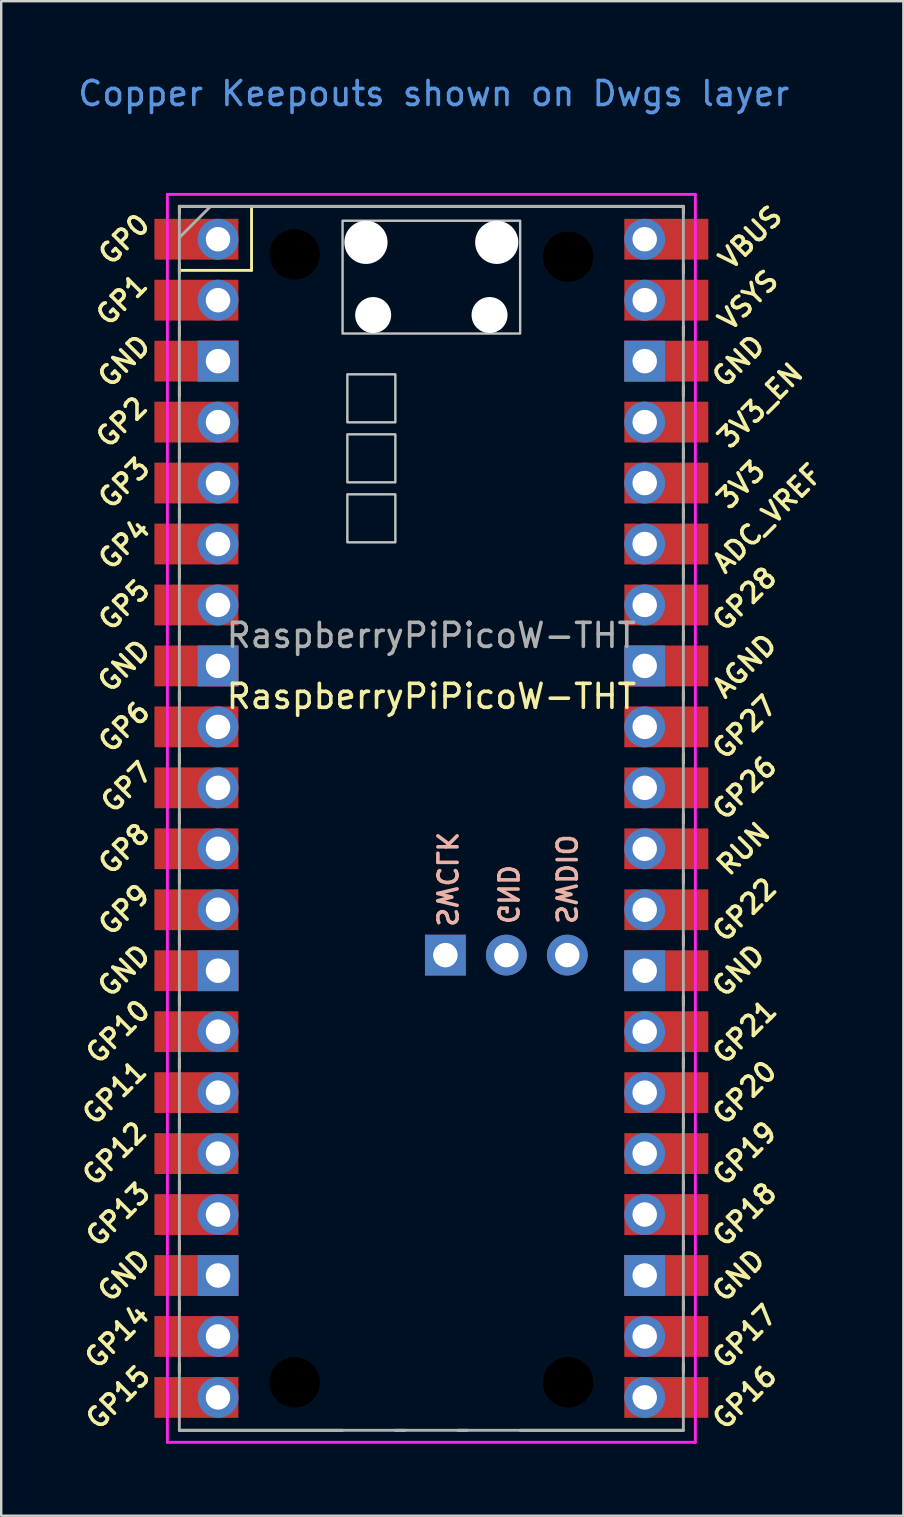
<source format=kicad_pcb>
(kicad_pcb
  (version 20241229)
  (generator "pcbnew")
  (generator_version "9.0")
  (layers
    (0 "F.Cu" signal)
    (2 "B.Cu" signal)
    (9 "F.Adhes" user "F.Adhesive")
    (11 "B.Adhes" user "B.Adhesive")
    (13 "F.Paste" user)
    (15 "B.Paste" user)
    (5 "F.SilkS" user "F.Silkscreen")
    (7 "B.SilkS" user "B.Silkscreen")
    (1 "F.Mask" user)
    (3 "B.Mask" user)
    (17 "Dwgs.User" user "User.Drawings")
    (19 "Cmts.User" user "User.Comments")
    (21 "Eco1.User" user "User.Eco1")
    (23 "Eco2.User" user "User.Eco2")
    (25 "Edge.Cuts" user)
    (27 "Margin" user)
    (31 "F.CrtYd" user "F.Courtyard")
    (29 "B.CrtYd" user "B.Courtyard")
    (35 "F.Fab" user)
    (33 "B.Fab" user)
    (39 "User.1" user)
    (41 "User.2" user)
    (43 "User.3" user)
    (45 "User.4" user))
  (footprint "RaspberryPiPicoW-THT"
    (layer "F.Cu")
    (at 14.924 31.048)
    (property "Reference" "RaspberryPiPicoW-THT" (at 0 -5.08 0) (layer "F.SilkS") (effects (font (size 1 1) (thickness 0.15))))
    (attr through_hole)
    (fp_line (start -10.5 -25.5) (end -10.5 -25.2) (stroke (width 0.12) (type solid)) (layer "F.SilkS"))
    (fp_line (start -10.5 -25.5) (end 10.5 -25.5) (stroke (width 0.12) (type solid)) (layer "F.SilkS"))
    (fp_line (start -10.5 -23.1) (end -10.5 -22.7) (stroke (width 0.12) (type solid)) (layer "F.SilkS"))
    (fp_line (start -10.5 -22.833) (end -7.493 -22.833) (stroke (width 0.12) (type solid)) (layer "F.SilkS"))
    (fp_line (start -10.5 -20.5) (end -10.5 -20.1) (stroke (width 0.12) (type solid)) (layer "F.SilkS"))
    (fp_line (start -10.5 -18) (end -10.5 -17.6) (stroke (width 0.12) (type solid)) (layer "F.SilkS"))
    (fp_line (start -10.5 -15.4) (end -10.5 -15) (stroke (width 0.12) (type solid)) (layer "F.SilkS"))
    (fp_line (start -10.5 -12.9) (end -10.5 -12.5) (stroke (width 0.12) (type solid)) (layer "F.SilkS"))
    (fp_line (start -10.5 -10.4) (end -10.5 -10) (stroke (width 0.12) (type solid)) (layer "F.SilkS"))
    (fp_line (start -10.5 -7.8) (end -10.5 -7.4) (stroke (width 0.12) (type solid)) (layer "F.SilkS"))
    (fp_line (start -10.5 -5.3) (end -10.5 -4.9) (stroke (width 0.12) (type solid)) (layer "F.SilkS"))
    (fp_line (start -10.5 -2.7) (end -10.5 -2.3) (stroke (width 0.12) (type solid)) (layer "F.SilkS"))
    (fp_line (start -10.5 -0.2) (end -10.5 0.2) (stroke (width 0.12) (type solid)) (layer "F.SilkS"))
    (fp_line (start -10.5 2.3) (end -10.5 2.7) (stroke (width 0.12) (type solid)) (layer "F.SilkS"))
    (fp_line (start -10.5 4.9) (end -10.5 5.3) (stroke (width 0.12) (type solid)) (layer "F.SilkS"))
    (fp_line (start -10.5 7.4) (end -10.5 7.8) (stroke (width 0.12) (type solid)) (layer "F.SilkS"))
    (fp_line (start -10.5 10) (end -10.5 10.4) (stroke (width 0.12) (type solid)) (layer "F.SilkS"))
    (fp_line (start -10.5 12.5) (end -10.5 12.9) (stroke (width 0.12) (type solid)) (layer "F.SilkS"))
    (fp_line (start -10.5 15.1) (end -10.5 15.5) (stroke (width 0.12) (type solid)) (layer "F.SilkS"))
    (fp_line (start -10.5 17.6) (end -10.5 18) (stroke (width 0.12) (type solid)) (layer "F.SilkS"))
    (fp_line (start -10.5 20.1) (end -10.5 20.5) (stroke (width 0.12) (type solid)) (layer "F.SilkS"))
    (fp_line (start -10.5 22.7) (end -10.5 23.1) (stroke (width 0.12) (type solid)) (layer "F.SilkS"))
    (fp_line (start -7.493 -22.833) (end -7.493 -25.5) (stroke (width 0.12) (type solid)) (layer "F.SilkS"))
    (fp_line (start -3.7 25.5) (end -10.5 25.5) (stroke (width 0.12) (type solid)) (layer "F.SilkS"))
    (fp_line (start -1.5 25.5) (end -1.1 25.5) (stroke (width 0.12) (type solid)) (layer "F.SilkS"))
    (fp_line (start 1.1 25.5) (end 1.5 25.5) (stroke (width 0.12) (type solid)) (layer "F.SilkS"))
    (fp_line (start 10.5 -25.5) (end 10.5 -25.2) (stroke (width 0.12) (type solid)) (layer "F.SilkS"))
    (fp_line (start 10.5 -23.1) (end 10.5 -22.7) (stroke (width 0.12) (type solid)) (layer "F.SilkS"))
    (fp_line (start 10.5 -20.5) (end 10.5 -20.1) (stroke (width 0.12) (type solid)) (layer "F.SilkS"))
    (fp_line (start 10.5 -18) (end 10.5 -17.6) (stroke (width 0.12) (type solid)) (layer "F.SilkS"))
    (fp_line (start 10.5 -15.4) (end 10.5 -15) (stroke (width 0.12) (type solid)) (layer "F.SilkS"))
    (fp_line (start 10.5 -12.9) (end 10.5 -12.5) (stroke (width 0.12) (type solid)) (layer "F.SilkS"))
    (fp_line (start 10.5 -10.4) (end 10.5 -10) (stroke (width 0.12) (type solid)) (layer "F.SilkS"))
    (fp_line (start 10.5 -7.8) (end 10.5 -7.4) (stroke (width 0.12) (type solid)) (layer "F.SilkS"))
    (fp_line (start 10.5 -5.3) (end 10.5 -4.9) (stroke (width 0.12) (type solid)) (layer "F.SilkS"))
    (fp_line (start 10.5 -2.7) (end 10.5 -2.3) (stroke (width 0.12) (type solid)) (layer "F.SilkS"))
    (fp_line (start 10.5 -0.2) (end 10.5 0.2) (stroke (width 0.12) (type solid)) (layer "F.SilkS"))
    (fp_line (start 10.5 2.3) (end 10.5 2.7) (stroke (width 0.12) (type solid)) (layer "F.SilkS"))
    (fp_line (start 10.5 4.9) (end 10.5 5.3) (stroke (width 0.12) (type solid)) (layer "F.SilkS"))
    (fp_line (start 10.5 7.4) (end 10.5 7.8) (stroke (width 0.12) (type solid)) (layer "F.SilkS"))
    (fp_line (start 10.5 10) (end 10.5 10.4) (stroke (width 0.12) (type solid)) (layer "F.SilkS"))
    (fp_line (start 10.5 12.5) (end 10.5 12.9) (stroke (width 0.12) (type solid)) (layer "F.SilkS"))
    (fp_line (start 10.5 15.1) (end 10.5 15.5) (stroke (width 0.12) (type solid)) (layer "F.SilkS"))
    (fp_line (start 10.5 17.6) (end 10.5 18) (stroke (width 0.12) (type solid)) (layer "F.SilkS"))
    (fp_line (start 10.5 20.1) (end 10.5 20.5) (stroke (width 0.12) (type solid)) (layer "F.SilkS"))
    (fp_line (start 10.5 22.7) (end 10.5 23.1) (stroke (width 0.12) (type solid)) (layer "F.SilkS"))
    (fp_line (start 10.5 25.5) (end 3.7 25.5) (stroke (width 0.12) (type solid)) (layer "F.SilkS"))
    (fp_poly (pts (xy -1.5 -16.5) (xy -3.5 -16.5) (xy -3.5 -18.5) (xy -1.5 -18.5)) (stroke (width 0.1) (type solid)) (fill no) (layer "Dwgs.User"))
    (fp_poly (pts (xy -1.5 -14) (xy -3.5 -14) (xy -3.5 -16) (xy -1.5 -16)) (stroke (width 0.1) (type solid)) (fill no) (layer "Dwgs.User"))
    (fp_poly (pts (xy -1.5 -11.5) (xy -3.5 -11.5) (xy -3.5 -13.5) (xy -1.5 -13.5)) (stroke (width 0.1) (type solid)) (fill no) (layer "Dwgs.User"))
    (fp_poly (pts (xy 3.7 -20.2) (xy -3.7 -20.2) (xy -3.7 -24.9) (xy 3.7 -24.9)) (stroke (width 0.1) (type solid)) (fill no) (layer "Dwgs.User"))
    (fp_line (start -11 -26) (end 11 -26) (stroke (width 0.12) (type solid)) (layer "F.CrtYd"))
    (fp_line (start -11 26) (end -11 -26) (stroke (width 0.12) (type solid)) (layer "F.CrtYd"))
    (fp_line (start 11 -26) (end 11 26) (stroke (width 0.12) (type solid)) (layer "F.CrtYd"))
    (fp_line (start 11 26) (end -11 26) (stroke (width 0.12) (type solid)) (layer "F.CrtYd"))
    (fp_line (start -10.5 -25.5) (end 10.5 -25.5) (stroke (width 0.12) (type solid)) (layer "F.Fab"))
    (fp_line (start -10.5 -24.2) (end -9.2 -25.5) (stroke (width 0.12) (type solid)) (layer "F.Fab"))
    (fp_line (start -10.5 25.5) (end -10.5 -25.5) (stroke (width 0.12) (type solid)) (layer "F.Fab"))
    (fp_line (start 10.5 -25.5) (end 10.5 25.5) (stroke (width 0.12) (type solid)) (layer "F.Fab"))
    (fp_line (start 10.5 25.5) (end -10.5 25.5) (stroke (width 0.12) (type solid)) (layer "F.Fab"))
    (fp_text user "GP26" (at 13.054 -1.27 45) (layer "F.SilkS") (effects (font (size 0.8 0.8) (thickness 0.15))))
    (fp_text user "GP8" (at -12.8 1.27 45) (layer "F.SilkS") (effects (font (size 0.8 0.8) (thickness 0.15))))
    (fp_text user "GP9" (at -12.8 3.81 45) (layer "F.SilkS") (effects (font (size 0.8 0.8) (thickness 0.15))))
    (fp_text user "GP20" (at 13.054 11.43 45) (layer "F.SilkS") (effects (font (size 0.8 0.8) (thickness 0.15))))
    (fp_text user "GP22" (at 13.054 3.81 45) (layer "F.SilkS") (effects (font (size 0.8 0.8) (thickness 0.15))))
    (fp_text user "GND" (at -12.8 19.05 45) (layer "F.SilkS") (effects (font (size 0.8 0.8) (thickness 0.15))))
    (fp_text user "VBUS" (at 13.3 -24.2 45) (layer "F.SilkS") (effects (font (size 0.8 0.8) (thickness 0.15))))
    (fp_text user "GP21" (at 13.054 8.9 45) (layer "F.SilkS") (effects (font (size 0.8 0.8) (thickness 0.15))))
    (fp_text user "GND" (at -12.8 6.35 45) (layer "F.SilkS") (effects (font (size 0.8 0.8) (thickness 0.15))))
    (fp_text user "AGND" (at 13.054 -6.35 45) (layer "F.SilkS") (effects (font (size 0.8 0.8) (thickness 0.15))))
    (fp_text user "GP10" (at -13.054 8.89 45) (layer "F.SilkS") (effects (font (size 0.8 0.8) (thickness 0.15))))
    (fp_text user "GP16" (at 13.054 24.13 45) (layer "F.SilkS") (effects (font (size 0.8 0.8) (thickness 0.15))))
    (fp_text user "GP5" (at -12.8 -8.89 45) (layer "F.SilkS") (effects (font (size 0.8 0.8) (thickness 0.15))))
    (fp_text user "GP6" (at -12.8 -3.81 45) (layer "F.SilkS") (effects (font (size 0.8 0.8) (thickness 0.15))))
    (fp_text user "GND" (at -12.8 -19.05 45) (layer "F.SilkS") (effects (font (size 0.8 0.8) (thickness 0.15))))
    (fp_text user "GND" (at 12.8 6.35 45) (layer "F.SilkS") (effects (font (size 0.8 0.8) (thickness 0.15))))
    (fp_text user "GP28" (at 13.054 -9.144 45) (layer "F.SilkS") (effects (font (size 0.8 0.8) (thickness 0.15))))
    (fp_text user "GP11" (at -13.2 11.43 45) (layer "F.SilkS") (effects (font (size 0.8 0.8) (thickness 0.15))))
    (fp_text user "GND" (at 12.8 -19.05 45) (layer "F.SilkS") (effects (font (size 0.8 0.8) (thickness 0.15))))
    (fp_text user "GP14" (at -13.1 21.59 45) (layer "F.SilkS") (effects (font (size 0.8 0.8) (thickness 0.15))))
    (fp_text user "GP0" (at -12.8 -24.13 45) (layer "F.SilkS") (effects (font (size 0.8 0.8) (thickness 0.15))))
    (fp_text user "GP15" (at -13.054 24.13 45) (layer "F.SilkS") (effects (font (size 0.8 0.8) (thickness 0.15))))
    (fp_text user "RUN" (at 13 1.27 45) (layer "F.SilkS") (effects (font (size 0.8 0.8) (thickness 0.15))))
    (fp_text user "VSYS" (at 13.2 -21.59 45) (layer "F.SilkS") (effects (font (size 0.8 0.8) (thickness 0.15))))
    (fp_text user "GP3" (at -12.8 -13.97 45) (layer "F.SilkS") (effects (font (size 0.8 0.8) (thickness 0.15))))
    (fp_text user "GND" (at 12.8 19.05 45) (layer "F.SilkS") (effects (font (size 0.8 0.8) (thickness 0.15))))
    (fp_text user "GP17" (at 13.054 21.59 45) (layer "F.SilkS") (effects (font (size 0.8 0.8) (thickness 0.15))))
    (fp_text user "ADC_VREF" (at 14 -12.5 45) (layer "F.SilkS") (effects (font (size 0.8 0.8) (thickness 0.15))))
    (fp_text user "GP18" (at 13.054 16.51 45) (layer "F.SilkS") (effects (font (size 0.8 0.8) (thickness 0.15))))
    (fp_text user "3V3" (at 12.9 -13.9 45) (layer "F.SilkS") (effects (font (size 0.8 0.8) (thickness 0.15))))
    (fp_text user "GP12" (at -13.2 13.97 45) (layer "F.SilkS") (effects (font (size 0.8 0.8) (thickness 0.15))))
    (fp_text user "GP19" (at 13.054 13.97 45) (layer "F.SilkS") (effects (font (size 0.8 0.8) (thickness 0.15))))
    (fp_text user "GP2" (at -12.9 -16.51 45) (layer "F.SilkS") (effects (font (size 0.8 0.8) (thickness 0.15))))
    (fp_text user "GP13" (at -13.054 16.51 45) (layer "F.SilkS") (effects (font (size 0.8 0.8) (thickness 0.15))))
    (fp_text user "GP4" (at -12.8 -11.43 45) (layer "F.SilkS") (effects (font (size 0.8 0.8) (thickness 0.15))))
    (fp_text user "3V3_EN" (at 13.7 -17.2 45) (layer "F.SilkS") (effects (font (size 0.8 0.8) (thickness 0.15))))
    (fp_text user "GP1" (at -12.9 -21.6 45) (layer "F.SilkS") (effects (font (size 0.8 0.8) (thickness 0.15))))
    (fp_text user "GP7" (at -12.7 -1.3 45) (layer "F.SilkS") (effects (font (size 0.8 0.8) (thickness 0.15))))
    (fp_text user "GND" (at -12.8 -6.35 45) (layer "F.SilkS") (effects (font (size 0.8 0.8) (thickness 0.15))))
    (fp_text user "GP27" (at 13.054 -3.8 45) (layer "F.SilkS") (effects (font (size 0.8 0.8) (thickness 0.15))))
    (fp_text user "SWDIO" (at 5.6 2.54 270) (unlocked yes) (layer "B.SilkS") (effects (font (size 0.8 0.8) (thickness 0.15)) (justify mirror)))
    (fp_text user "SWCLK" (at 0.635 2.54 270) (unlocked yes) (layer "B.SilkS") (effects (font (size 0.8 0.8) (thickness 0.15)) (justify mirror)))
    (fp_text user "GND" (at 3.175 3.175 270) (unlocked yes) (layer "B.SilkS") (effects (font (size 0.8 0.8) (thickness 0.15)) (justify mirror)))
    (fp_text user "Copper Keepouts shown on Dwgs layer" (at 0.1 -30.2 0) (layer "Cmts.User") (effects (font (size 1 1) (thickness 0.15))))
    (fp_text user "${REFERENCE}" (at 0 -7.62 180) (layer "F.Fab") (effects (font (size 1 1) (thickness 0.15))))
    (pad "" np_thru_hole circle (at -5.7 -23.5) (size 2.1 2.1) (drill 2.1) (layers "*.Mask"))
    (pad "" np_thru_hole circle (at -5.7 23.5) (size 2.1 2.1) (drill 2.1) (layers "*.Mask"))
    (pad "" np_thru_hole oval (at -2.725 -24) (size 1.8 1.8) (drill 1.8) (layers "*.Cu" "*.Mask"))
    (pad "" np_thru_hole oval (at -2.425 -20.97) (size 1.5 1.5) (drill 1.5) (layers "*.Cu" "*.Mask"))
    (pad "" np_thru_hole oval (at 2.425 -20.97) (size 1.5 1.5) (drill 1.5) (layers "*.Cu" "*.Mask"))
    (pad "" np_thru_hole oval (at 2.725 -24) (size 1.8 1.8) (drill 1.8) (layers "*.Cu" "*.Mask"))
    (pad "" np_thru_hole circle (at 5.7 -23.4) (size 2.1 2.1) (drill 2.1) (layers "*.Mask"))
    (pad "" np_thru_hole circle (at 5.7 23.5) (size 2.1 2.1) (drill 2.1) (layers "*.Mask"))
    (pad "1" thru_hole oval (at -8.89 -24.13) (size 1.7 1.7) (drill 1.02) (layers "*.Cu" "*.Mask"))
    (pad "1" smd rect (at -8.89 -24.13) (size 3.5 1.7) (drill (offset -0.9 0)) (layers "F.Cu" "F.Mask"))
    (pad "2" thru_hole oval (at -8.89 -21.59) (size 1.7 1.7) (drill 1.02) (layers "*.Cu" "*.Mask"))
    (pad "2" smd rect (at -8.89 -21.59) (size 3.5 1.7) (drill (offset -0.9 0)) (layers "F.Cu" "F.Mask"))
    (pad "3" thru_hole rect (at -8.89 -19.05) (size 1.7 1.7) (drill 1.02) (layers "*.Cu" "*.Mask"))
    (pad "3" smd rect (at -8.89 -19.05) (size 3.5 1.7) (drill (offset -0.9 0)) (layers "F.Cu" "F.Mask"))
    (pad "4" thru_hole oval (at -8.89 -16.51) (size 1.7 1.7) (drill 1.02) (layers "*.Cu" "*.Mask"))
    (pad "4" smd rect (at -8.89 -16.51) (size 3.5 1.7) (drill (offset -0.9 0)) (layers "F.Cu" "F.Mask"))
    (pad "5" thru_hole oval (at -8.89 -13.97) (size 1.7 1.7) (drill 1.02) (layers "*.Cu" "*.Mask"))
    (pad "5" smd rect (at -8.89 -13.97) (size 3.5 1.7) (drill (offset -0.9 0)) (layers "F.Cu" "F.Mask"))
    (pad "6" thru_hole oval (at -8.89 -11.43) (size 1.7 1.7) (drill 1.02) (layers "*.Cu" "*.Mask"))
    (pad "6" smd rect (at -8.89 -11.43) (size 3.5 1.7) (drill (offset -0.9 0)) (layers "F.Cu" "F.Mask"))
    (pad "7" thru_hole oval (at -8.89 -8.89) (size 1.7 1.7) (drill 1.02) (layers "*.Cu" "*.Mask"))
    (pad "7" smd rect (at -8.89 -8.89) (size 3.5 1.7) (drill (offset -0.9 0)) (layers "F.Cu" "F.Mask"))
    (pad "8" thru_hole rect (at -8.89 -6.35) (size 1.7 1.7) (drill 1.02) (layers "*.Cu" "*.Mask"))
    (pad "8" smd rect (at -8.89 -6.35) (size 3.5 1.7) (drill (offset -0.9 0)) (layers "F.Cu" "F.Mask"))
    (pad "9" thru_hole oval (at -8.89 -3.81) (size 1.7 1.7) (drill 1.02) (layers "*.Cu" "*.Mask"))
    (pad "9" smd rect (at -8.89 -3.81) (size 3.5 1.7) (drill (offset -0.9 0)) (layers "F.Cu" "F.Mask"))
    (pad "10" thru_hole oval (at -8.89 -1.27) (size 1.7 1.7) (drill 1.02) (layers "*.Cu" "*.Mask"))
    (pad "10" smd rect (at -8.89 -1.27) (size 3.5 1.7) (drill (offset -0.9 0)) (layers "F.Cu" "F.Mask"))
    (pad "11" thru_hole oval (at -8.89 1.27) (size 1.7 1.7) (drill 1.02) (layers "*.Cu" "*.Mask"))
    (pad "11" smd rect (at -8.89 1.27) (size 3.5 1.7) (drill (offset -0.9 0)) (layers "F.Cu" "F.Mask"))
    (pad "12" thru_hole oval (at -8.89 3.81) (size 1.7 1.7) (drill 1.02) (layers "*.Cu" "*.Mask"))
    (pad "12" smd rect (at -8.89 3.81) (size 3.5 1.7) (drill (offset -0.9 0)) (layers "F.Cu" "F.Mask"))
    (pad "13" thru_hole rect (at -8.89 6.35) (size 1.7 1.7) (drill 1.02) (layers "*.Cu" "*.Mask"))
    (pad "13" smd rect (at -8.89 6.35) (size 3.5 1.7) (drill (offset -0.9 0)) (layers "F.Cu" "F.Mask"))
    (pad "14" thru_hole oval (at -8.89 8.89) (size 1.7 1.7) (drill 1.02) (layers "*.Cu" "*.Mask"))
    (pad "14" smd rect (at -8.89 8.89) (size 3.5 1.7) (drill (offset -0.9 0)) (layers "F.Cu" "F.Mask"))
    (pad "15" thru_hole oval (at -8.89 11.43) (size 1.7 1.7) (drill 1.02) (layers "*.Cu" "*.Mask"))
    (pad "15" smd rect (at -8.89 11.43) (size 3.5 1.7) (drill (offset -0.9 0)) (layers "F.Cu" "F.Mask"))
    (pad "16" thru_hole oval (at -8.89 13.97) (size 1.7 1.7) (drill 1.02) (layers "*.Cu" "*.Mask"))
    (pad "16" smd rect (at -8.89 13.97) (size 3.5 1.7) (drill (offset -0.9 0)) (layers "F.Cu" "F.Mask"))
    (pad "17" thru_hole oval (at -8.89 16.51) (size 1.7 1.7) (drill 1.02) (layers "*.Cu" "*.Mask"))
    (pad "17" smd rect (at -8.89 16.51) (size 3.5 1.7) (drill (offset -0.9 0)) (layers "F.Cu" "F.Mask"))
    (pad "18" thru_hole rect (at -8.89 19.05) (size 1.7 1.7) (drill 1.02) (layers "*.Cu" "*.Mask"))
    (pad "18" smd rect (at -8.89 19.05) (size 3.5 1.7) (drill (offset -0.9 0)) (layers "F.Cu" "F.Mask"))
    (pad "19" thru_hole oval (at -8.89 21.59) (size 1.7 1.7) (drill 1.02) (layers "*.Cu" "*.Mask"))
    (pad "19" smd rect (at -8.89 21.59) (size 3.5 1.7) (drill (offset -0.9 0)) (layers "F.Cu" "F.Mask"))
    (pad "20" thru_hole oval (at -8.89 24.13) (size 1.7 1.7) (drill 1.02) (layers "*.Cu" "*.Mask"))
    (pad "20" smd rect (at -8.89 24.13) (size 3.5 1.7) (drill (offset -0.9 0)) (layers "F.Cu" "F.Mask"))
    (pad "21" thru_hole oval (at 8.89 24.13) (size 1.7 1.7) (drill 1.02) (layers "*.Cu" "*.Mask"))
    (pad "21" smd rect (at 8.89 24.13) (size 3.5 1.7) (drill (offset 0.9 0)) (layers "F.Cu" "F.Mask"))
    (pad "22" thru_hole oval (at 8.89 21.59) (size 1.7 1.7) (drill 1.02) (layers "*.Cu" "*.Mask"))
    (pad "22" smd rect (at 8.89 21.59) (size 3.5 1.7) (drill (offset 0.9 0)) (layers "F.Cu" "F.Mask"))
    (pad "23" thru_hole rect (at 8.89 19.05) (size 1.7 1.7) (drill 1.02) (layers "*.Cu" "*.Mask"))
    (pad "23" smd rect (at 8.89 19.05) (size 3.5 1.7) (drill (offset 0.9 0)) (layers "F.Cu" "F.Mask"))
    (pad "24" thru_hole oval (at 8.89 16.51) (size 1.7 1.7) (drill 1.02) (layers "*.Cu" "*.Mask"))
    (pad "24" smd rect (at 8.89 16.51) (size 3.5 1.7) (drill (offset 0.9 0)) (layers "F.Cu" "F.Mask"))
    (pad "25" thru_hole oval (at 8.89 13.97) (size 1.7 1.7) (drill 1.02) (layers "*.Cu" "*.Mask"))
    (pad "25" smd rect (at 8.89 13.97) (size 3.5 1.7) (drill (offset 0.9 0)) (layers "F.Cu" "F.Mask"))
    (pad "26" thru_hole oval (at 8.89 11.43) (size 1.7 1.7) (drill 1.02) (layers "*.Cu" "*.Mask"))
    (pad "26" smd rect (at 8.89 11.43) (size 3.5 1.7) (drill (offset 0.9 0)) (layers "F.Cu" "F.Mask"))
    (pad "27" thru_hole oval (at 8.89 8.89) (size 1.7 1.7) (drill 1.02) (layers "*.Cu" "*.Mask"))
    (pad "27" smd rect (at 8.89 8.89) (size 3.5 1.7) (drill (offset 0.9 0)) (layers "F.Cu" "F.Mask"))
    (pad "28" thru_hole rect (at 8.89 6.35) (size 1.7 1.7) (drill 1.02) (layers "*.Cu" "*.Mask"))
    (pad "28" smd rect (at 8.89 6.35) (size 3.5 1.7) (drill (offset 0.9 0)) (layers "F.Cu" "F.Mask"))
    (pad "29" thru_hole oval (at 8.89 3.81) (size 1.7 1.7) (drill 1.02) (layers "*.Cu" "*.Mask"))
    (pad "29" smd rect (at 8.89 3.81) (size 3.5 1.7) (drill (offset 0.9 0)) (layers "F.Cu" "F.Mask"))
    (pad "30" thru_hole oval (at 8.89 1.27) (size 1.7 1.7) (drill 1.02) (layers "*.Cu" "*.Mask"))
    (pad "30" smd rect (at 8.89 1.27) (size 3.5 1.7) (drill (offset 0.9 0)) (layers "F.Cu" "F.Mask"))
    (pad "31" thru_hole oval (at 8.89 -1.27) (size 1.7 1.7) (drill 1.02) (layers "*.Cu" "*.Mask"))
    (pad "31" smd rect (at 8.89 -1.27) (size 3.5 1.7) (drill (offset 0.9 0)) (layers "F.Cu" "F.Mask"))
    (pad "32" thru_hole oval (at 8.89 -3.81) (size 1.7 1.7) (drill 1.02) (layers "*.Cu" "*.Mask"))
    (pad "32" smd rect (at 8.89 -3.81) (size 3.5 1.7) (drill (offset 0.9 0)) (layers "F.Cu" "F.Mask"))
    (pad "33" thru_hole rect (at 8.89 -6.35) (size 1.7 1.7) (drill 1.02) (layers "*.Cu" "*.Mask"))
    (pad "33" smd rect (at 8.89 -6.35) (size 3.5 1.7) (drill (offset 0.9 0)) (layers "F.Cu" "F.Mask"))
    (pad "34" thru_hole oval (at 8.89 -8.89) (size 1.7 1.7) (drill 1.02) (layers "*.Cu" "*.Mask"))
    (pad "34" smd rect (at 8.89 -8.89) (size 3.5 1.7) (drill (offset 0.9 0)) (layers "F.Cu" "F.Mask"))
    (pad "35" thru_hole oval (at 8.89 -11.43) (size 1.7 1.7) (drill 1.02) (layers "*.Cu" "*.Mask"))
    (pad "35" smd rect (at 8.89 -11.43) (size 3.5 1.7) (drill (offset 0.9 0)) (layers "F.Cu" "F.Mask"))
    (pad "36" thru_hole oval (at 8.89 -13.97) (size 1.7 1.7) (drill 1.02) (layers "*.Cu" "*.Mask"))
    (pad "36" smd rect (at 8.89 -13.97) (size 3.5 1.7) (drill (offset 0.9 0)) (layers "F.Cu" "F.Mask"))
    (pad "37" thru_hole oval (at 8.89 -16.51) (size 1.7 1.7) (drill 1.02) (layers "*.Cu" "*.Mask"))
    (pad "37" smd rect (at 8.89 -16.51) (size 3.5 1.7) (drill (offset 0.9 0)) (layers "F.Cu" "F.Mask"))
    (pad "38" thru_hole rect (at 8.89 -19.05) (size 1.7 1.7) (drill 1.02) (layers "*.Cu" "*.Mask"))
    (pad "38" smd rect (at 8.89 -19.05) (size 3.5 1.7) (drill (offset 0.9 0)) (layers "F.Cu" "F.Mask"))
    (pad "39" thru_hole oval (at 8.89 -21.59) (size 1.7 1.7) (drill 1.02) (layers "*.Cu" "*.Mask"))
    (pad "39" smd rect (at 8.89 -21.59) (size 3.5 1.7) (drill (offset 0.9 0)) (layers "F.Cu" "F.Mask"))
    (pad "40" thru_hole oval (at 8.89 -24.13) (size 1.7 1.7) (drill 1.02) (layers "*.Cu" "*.Mask"))
    (pad "40" smd rect (at 8.89 -24.13) (size 3.5 1.7) (drill (offset 0.9 0)) (layers "F.Cu" "F.Mask"))
    (pad "41" thru_hole rect (at 0.584 5.7) (size 1.7 1.7) (drill 1.02) (layers "*.Cu" "*.Mask"))
    (pad "42" thru_hole circle (at 3.124 5.7) (size 1.7 1.7) (drill 1.02) (layers "*.Cu" "*.Mask"))
    (pad "43" thru_hole oval (at 5.664 5.7) (size 1.7 1.7) (drill 1.02) (layers "*.Cu" "*.Mask")))
  (gr_rect
    (start -3 -3)
    (end 34.591 60.108)
    (stroke (width 0.1) (type default))
    (fill no)
    (layer "Edge.Cuts")))
</source>
